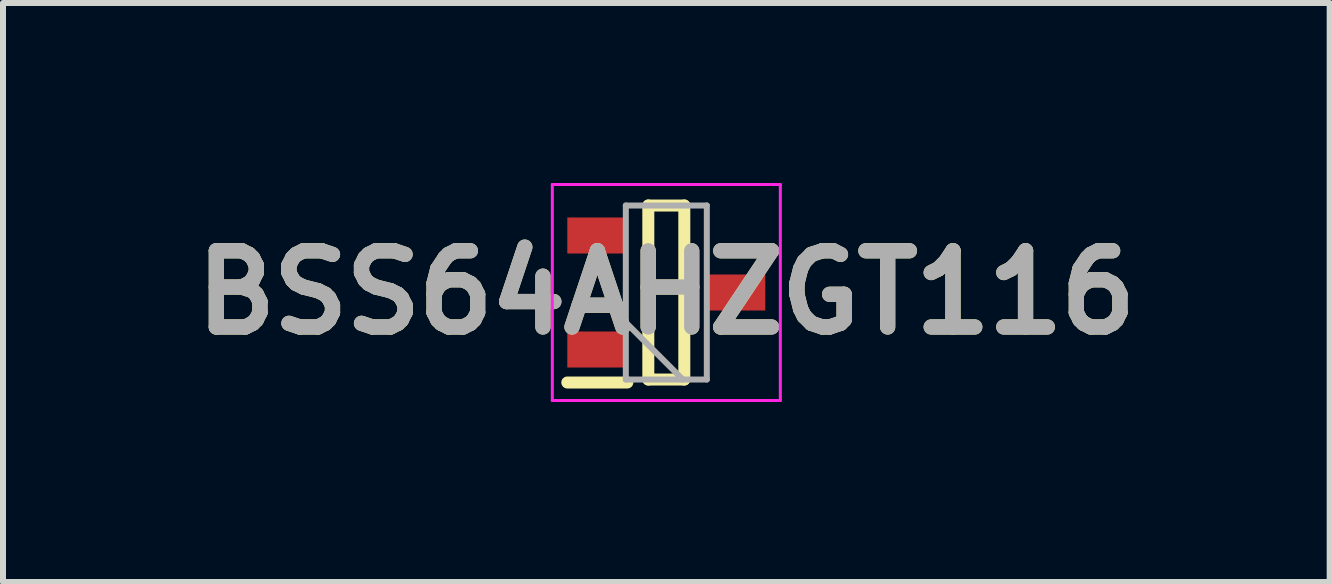
<source format=kicad_pcb>
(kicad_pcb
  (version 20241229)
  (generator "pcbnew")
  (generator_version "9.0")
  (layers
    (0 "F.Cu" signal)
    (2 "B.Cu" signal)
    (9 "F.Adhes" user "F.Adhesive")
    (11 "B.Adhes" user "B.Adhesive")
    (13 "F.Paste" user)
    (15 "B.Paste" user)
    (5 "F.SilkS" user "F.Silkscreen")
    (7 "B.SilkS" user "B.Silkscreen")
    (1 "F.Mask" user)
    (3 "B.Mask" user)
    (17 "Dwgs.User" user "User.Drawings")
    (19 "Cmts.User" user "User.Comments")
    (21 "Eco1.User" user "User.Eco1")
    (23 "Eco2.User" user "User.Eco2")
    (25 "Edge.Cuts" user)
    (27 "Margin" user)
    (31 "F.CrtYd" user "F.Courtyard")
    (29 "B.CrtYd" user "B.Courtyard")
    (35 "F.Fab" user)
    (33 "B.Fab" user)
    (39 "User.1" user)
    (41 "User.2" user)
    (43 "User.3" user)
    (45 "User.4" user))
  (footprint "BSS64AHZGT116"
    (layer "F.Cu")
    (at 8.055 1.825)
    (property "Reference" "BSS64AHZGT116" (at 0 0 0) (layer "F.SilkS") (effects (font (size 1.27 1.27) (thickness 0.254))))
    (attr smd)
    (fp_line (start -1.65 1.5) (end -0.65 1.5) (stroke (width 0.2) (type solid)) (layer "F.SilkS"))
    (fp_line (start -0.3 -1.45) (end -0.3 1.45) (stroke (width 0.2) (type solid)) (layer "F.SilkS"))
    (fp_line (start -0.3 1.45) (end 0.3 1.45) (stroke (width 0.2) (type solid)) (layer "F.SilkS"))
    (fp_line (start 0.3 -1.45) (end -0.3 -1.45) (stroke (width 0.2) (type solid)) (layer "F.SilkS"))
    (fp_line (start 0.3 1.45) (end 0.3 -1.45) (stroke (width 0.2) (type solid)) (layer "F.SilkS"))
    (fp_line (start -1.9 -1.8) (end -1.9 1.8) (stroke (width 0.05) (type solid)) (layer "F.CrtYd"))
    (fp_line (start -1.9 1.8) (end 1.9 1.8) (stroke (width 0.05) (type solid)) (layer "F.CrtYd"))
    (fp_line (start 1.9 -1.8) (end -1.9 -1.8) (stroke (width 0.05) (type solid)) (layer "F.CrtYd"))
    (fp_line (start 1.9 1.8) (end 1.9 -1.8) (stroke (width 0.05) (type solid)) (layer "F.CrtYd"))
    (fp_line (start -0.675 -1.45) (end -0.675 1.45) (stroke (width 0.1) (type solid)) (layer "F.Fab"))
    (fp_line (start -0.675 0.5) (end 0.275 1.45) (stroke (width 0.1) (type solid)) (layer "F.Fab"))
    (fp_line (start -0.675 1.45) (end 0.675 1.45) (stroke (width 0.1) (type solid)) (layer "F.Fab"))
    (fp_line (start 0.675 -1.45) (end -0.675 -1.45) (stroke (width 0.1) (type solid)) (layer "F.Fab"))
    (fp_line (start 0.675 1.45) (end 0.675 -1.45) (stroke (width 0.1) (type solid)) (layer "F.Fab"))
    (fp_text user "${REFERENCE}" (at 0 0 0) (layer "F.Fab") (effects (font (size 1.27 1.27) (thickness 0.254))))
    (pad "1" smd rect (at -1.15 0.95 90) (size 0.6 1) (layers "F.Cu" "F.Mask" "F.Paste"))
    (pad "2" smd rect (at -1.15 -0.95 90) (size 0.6 1) (layers "F.Cu" "F.Mask" "F.Paste"))
    (pad "3" smd rect (at 1.15 0 90) (size 0.6 1) (layers "F.Cu" "F.Mask" "F.Paste")))
  (gr_rect
    (start -3 -3)
    (end 19.111 6.65)
    (stroke (width 0.1) (type default))
    (fill no)
    (layer "Edge.Cuts")))
</source>
